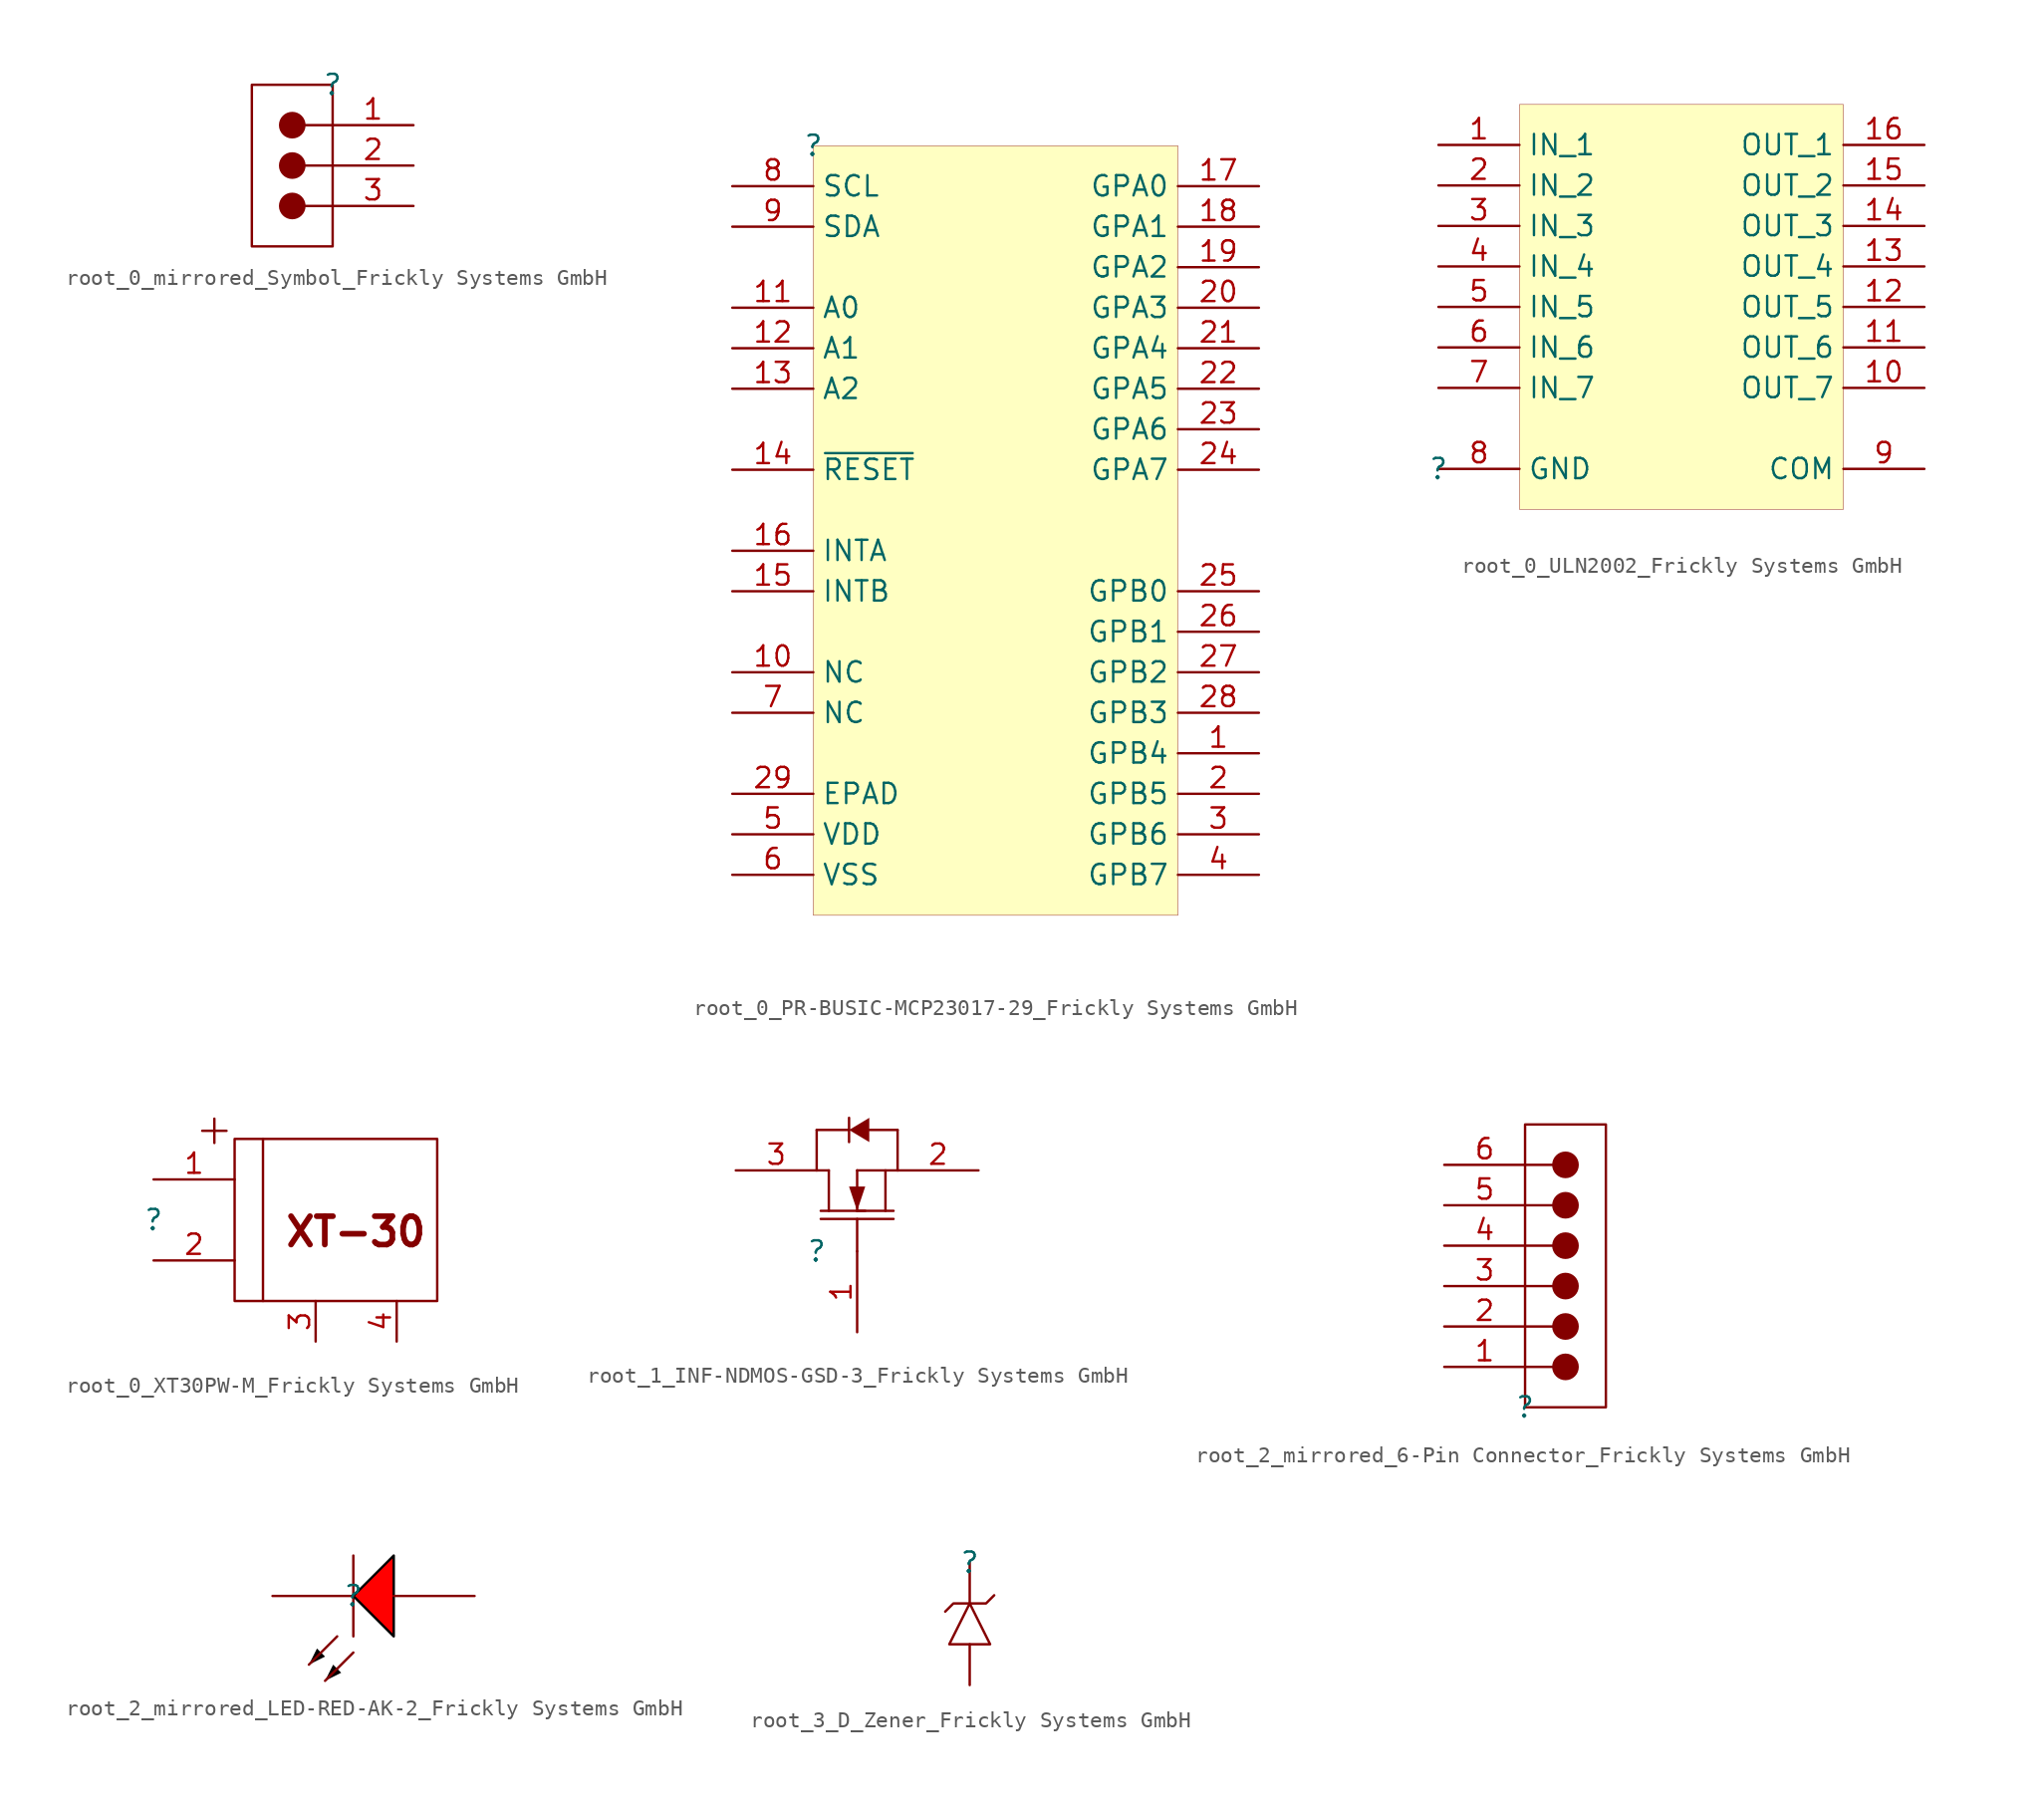
<source format=kicad_sym>
(kicad_symbol_lib
  (version 20241209)
  (generator "kicad_symbol_editor")
  (generator_version "9.0")
  (symbol "root_0_mirrored_Symbol_Frickly Systems GmbH"
    (pin_names
      (hide yes))
    (property "Reference" ""
      (at 0 0 0)
      (effects (font (size 1.27 1.27))))
    (property "Value" ""
      (at 0 0 0)
      (effects (font (size 1.27 1.27))))
    (symbol "root_0_mirrored_Symbol_Frickly Systems GmbH_1_0"
      (polyline (pts (xy -5.08 0) (xy 0 0) (xy 0 -10.16) (xy -5.08 -10.16) (xy -5.08 0)) (stroke (width 0) (type solid)) (fill (type none)))
      (circle (center -2.54 -2.54) (radius 0.762) (stroke (width 0) (type solid)) (fill (type outline)))
      (circle (center -2.54 -5.08) (radius 0.762) (stroke (width 0) (type solid)) (fill (type outline)))
      (circle (center -2.54 -7.62) (radius 0.762) (stroke (width 0) (type solid)) (fill (type outline)))
      (polyline (pts (xy 0 -2.54) (xy -1.778 -2.54)) (stroke (width 0) (type solid)) (fill (type none)))
      (polyline (pts (xy 0 -5.08) (xy -1.778 -5.08)) (stroke (width 0) (type solid)) (fill (type none)))
      (polyline (pts (xy 0 -7.62) (xy -1.778 -7.62)) (stroke (width 0) (type solid)) (fill (type none)))
      (pin passive line (at 5.08 -2.54 180) (length 5.08) (name "1" (effects (font (size 1.27 1.27)))) (number "1" (effects (font (size 1.27 1.27)))))
      (pin passive line (at 5.08 -5.08 180) (length 5.08) (name "2" (effects (font (size 1.27 1.27)))) (number "2" (effects (font (size 1.27 1.27)))))
      (pin passive line (at 5.08 -7.62 180) (length 5.08) (name "3" (effects (font (size 1.27 1.27)))) (number "3" (effects (font (size 1.27 1.27)))))))
  (symbol "root_0_PR-BUSIC-MCP23017-29_Frickly Systems GmbH"
    (property "Reference" ""
      (at 0 0 0)
      (effects (font (size 1.27 1.27))))
    (property "Value" ""
      (at 0 0 0)
      (effects (font (size 1.27 1.27))))
    (symbol "root_0_PR-BUSIC-MCP23017-29_Frickly Systems GmbH_1_0"
      (rectangle (start 22.86 0) (end 0 -48.26) (stroke (width 0.025) (type solid) (color 128 0 0 1)) (fill (type background)))
      (pin input line (at -5.08 -2.54 0) (length 5.08) (name "SCL" (effects (font (size 1.27 1.27)))) (number "8" (effects (font (size 1.27 1.27)))))
      (pin bidirectional line (at -5.08 -5.08 0) (length 5.08) (name "SDA" (effects (font (size 1.27 1.27)))) (number "9" (effects (font (size 1.27 1.27)))))
      (pin input line (at -5.08 -10.16 0) (length 5.08) (name "A0" (effects (font (size 1.27 1.27)))) (number "11" (effects (font (size 1.27 1.27)))))
      (pin input line (at -5.08 -12.7 0) (length 5.08) (name "A1" (effects (font (size 1.27 1.27)))) (number "12" (effects (font (size 1.27 1.27)))))
      (pin input line (at -5.08 -15.24 0) (length 5.08) (name "A2" (effects (font (size 1.27 1.27)))) (number "13" (effects (font (size 1.27 1.27)))))
      (pin input line (at -5.08 -20.32 0) (length 5.08) (name "~{RESET}" (effects (font (size 1.27 1.27)))) (number "14" (effects (font (size 1.27 1.27)))))
      (pin open_collector line (at -5.08 -25.4 0) (length 5.08) (name "INTA" (effects (font (size 1.27 1.27)))) (number "16" (effects (font (size 1.27 1.27)))))
      (pin open_collector line (at -5.08 -27.94 0) (length 5.08) (name "INTB" (effects (font (size 1.27 1.27)))) (number "15" (effects (font (size 1.27 1.27)))))
      (pin passive line (at -5.08 -33.02 0) (length 5.08) (name "NC" (effects (font (size 1.27 1.27)))) (number "10" (effects (font (size 1.27 1.27)))))
      (pin passive line (at -5.08 -35.56 0) (length 5.08) (name "NC" (effects (font (size 1.27 1.27)))) (number "7" (effects (font (size 1.27 1.27)))))
      (pin passive line (at -5.08 -40.64 0) (length 5.08) (name "EPAD" (effects (font (size 1.27 1.27)))) (number "29" (effects (font (size 1.27 1.27)))))
      (pin power_in line (at -5.08 -43.18 0) (length 5.08) (name "VDD" (effects (font (size 1.27 1.27)))) (number "5" (effects (font (size 1.27 1.27)))))
      (pin power_in line (at -5.08 -45.72 0) (length 5.08) (name "VSS" (effects (font (size 1.27 1.27)))) (number "6" (effects (font (size 1.27 1.27)))))
      (pin bidirectional line (at 27.94 -2.54 180) (length 5.08) (name "GPA0" (effects (font (size 1.27 1.27)))) (number "17" (effects (font (size 1.27 1.27)))))
      (pin bidirectional line (at 27.94 -5.08 180) (length 5.08) (name "GPA1" (effects (font (size 1.27 1.27)))) (number "18" (effects (font (size 1.27 1.27)))))
      (pin bidirectional line (at 27.94 -7.62 180) (length 5.08) (name "GPA2" (effects (font (size 1.27 1.27)))) (number "19" (effects (font (size 1.27 1.27)))))
      (pin bidirectional line (at 27.94 -10.16 180) (length 5.08) (name "GPA3" (effects (font (size 1.27 1.27)))) (number "20" (effects (font (size 1.27 1.27)))))
      (pin bidirectional line (at 27.94 -12.7 180) (length 5.08) (name "GPA4" (effects (font (size 1.27 1.27)))) (number "21" (effects (font (size 1.27 1.27)))))
      (pin bidirectional line (at 27.94 -15.24 180) (length 5.08) (name "GPA5" (effects (font (size 1.27 1.27)))) (number "22" (effects (font (size 1.27 1.27)))))
      (pin bidirectional line (at 27.94 -17.78 180) (length 5.08) (name "GPA6" (effects (font (size 1.27 1.27)))) (number "23" (effects (font (size 1.27 1.27)))))
      (pin output line (at 27.94 -20.32 180) (length 5.08) (name "GPA7" (effects (font (size 1.27 1.27)))) (number "24" (effects (font (size 1.27 1.27)))))
      (pin bidirectional line (at 27.94 -27.94 180) (length 5.08) (name "GPB0" (effects (font (size 1.27 1.27)))) (number "25" (effects (font (size 1.27 1.27)))))
      (pin bidirectional line (at 27.94 -30.48 180) (length 5.08) (name "GPB1" (effects (font (size 1.27 1.27)))) (number "26" (effects (font (size 1.27 1.27)))))
      (pin bidirectional line (at 27.94 -33.02 180) (length 5.08) (name "GPB2" (effects (font (size 1.27 1.27)))) (number "27" (effects (font (size 1.27 1.27)))))
      (pin bidirectional line (at 27.94 -35.56 180) (length 5.08) (name "GPB3" (effects (font (size 1.27 1.27)))) (number "28" (effects (font (size 1.27 1.27)))))
      (pin bidirectional line (at 27.94 -38.1 180) (length 5.08) (name "GPB4" (effects (font (size 1.27 1.27)))) (number "1" (effects (font (size 1.27 1.27)))))
      (pin bidirectional line (at 27.94 -40.64 180) (length 5.08) (name "GPB5" (effects (font (size 1.27 1.27)))) (number "2" (effects (font (size 1.27 1.27)))))
      (pin bidirectional line (at 27.94 -43.18 180) (length 5.08) (name "GPB6" (effects (font (size 1.27 1.27)))) (number "3" (effects (font (size 1.27 1.27)))))
      (pin output line (at 27.94 -45.72 180) (length 5.08) (name "GPB7" (effects (font (size 1.27 1.27)))) (number "4" (effects (font (size 1.27 1.27)))))))
  (symbol "root_0_ULN2002_Frickly Systems GmbH"
    (property "Reference" ""
      (at 0 0 0)
      (effects (font (size 1.27 1.27))))
    (property "Value" ""
      (at 0 0 0)
      (effects (font (size 1.27 1.27))))
    (symbol "root_0_ULN2002_Frickly Systems GmbH_1_0"
      (rectangle (start 25.4 22.86) (end 5.08 -2.54) (stroke (width 0.025) (type solid) (color 128 0 0 1)) (fill (type background)))
      (pin input line (at 0 20.32 0) (length 5.08) (name "IN_1" (effects (font (size 1.27 1.27)))) (number "1" (effects (font (size 1.27 1.27)))))
      (pin input line (at 0 17.78 0) (length 5.08) (name "IN_2" (effects (font (size 1.27 1.27)))) (number "2" (effects (font (size 1.27 1.27)))))
      (pin input line (at 0 15.24 0) (length 5.08) (name "IN_3" (effects (font (size 1.27 1.27)))) (number "3" (effects (font (size 1.27 1.27)))))
      (pin input line (at 0 12.7 0) (length 5.08) (name "IN_4" (effects (font (size 1.27 1.27)))) (number "4" (effects (font (size 1.27 1.27)))))
      (pin input line (at 0 10.16 0) (length 5.08) (name "IN_5" (effects (font (size 1.27 1.27)))) (number "5" (effects (font (size 1.27 1.27)))))
      (pin input line (at 0 7.62 0) (length 5.08) (name "IN_6" (effects (font (size 1.27 1.27)))) (number "6" (effects (font (size 1.27 1.27)))))
      (pin input line (at 0 5.08 0) (length 5.08) (name "IN_7" (effects (font (size 1.27 1.27)))) (number "7" (effects (font (size 1.27 1.27)))))
      (pin power_in line (at 0 0 0) (length 5.08) (name "GND" (effects (font (size 1.27 1.27)))) (number "8" (effects (font (size 1.27 1.27)))))
      (pin open_collector line (at 30.48 20.32 180) (length 5.08) (name "OUT_1" (effects (font (size 1.27 1.27)))) (number "16" (effects (font (size 1.27 1.27)))))
      (pin open_collector line (at 30.48 17.78 180) (length 5.08) (name "OUT_2" (effects (font (size 1.27 1.27)))) (number "15" (effects (font (size 1.27 1.27)))))
      (pin open_collector line (at 30.48 15.24 180) (length 5.08) (name "OUT_3" (effects (font (size 1.27 1.27)))) (number "14" (effects (font (size 1.27 1.27)))))
      (pin open_collector line (at 30.48 12.7 180) (length 5.08) (name "OUT_4" (effects (font (size 1.27 1.27)))) (number "13" (effects (font (size 1.27 1.27)))))
      (pin open_collector line (at 30.48 10.16 180) (length 5.08) (name "OUT_5" (effects (font (size 1.27 1.27)))) (number "12" (effects (font (size 1.27 1.27)))))
      (pin open_collector line (at 30.48 7.62 180) (length 5.08) (name "OUT_6" (effects (font (size 1.27 1.27)))) (number "11" (effects (font (size 1.27 1.27)))))
      (pin open_collector line (at 30.48 5.08 180) (length 5.08) (name "OUT_7" (effects (font (size 1.27 1.27)))) (number "10" (effects (font (size 1.27 1.27)))))
      (pin power_in line (at 30.48 0 180) (length 5.08) (name "COM" (effects (font (size 1.27 1.27)))) (number "9" (effects (font (size 1.27 1.27)))))))
  (symbol "root_0_XT30PW-M_Frickly Systems GmbH"
    (pin_names
      (hide yes))
    (property "Reference" ""
      (at 0 0 0)
      (effects (font (size 1.27 1.27))))
    (property "Value" ""
      (at 0 0 0)
      (effects (font (size 1.27 1.27))))
    (symbol "root_0_XT30PW-M_Frickly Systems GmbH_1_0"
      (polyline (pts (xy 3.048 5.588) (xy 4.572 5.588)) (stroke (width 0) (type solid)) (fill (type none)))
      (polyline (pts (xy 3.81 6.35) (xy 3.81 4.826)) (stroke (width 0) (type solid)) (fill (type none)))
      (polyline (pts (xy 5.08 5.08) (xy 5.08 -5.08) (xy 17.78 -5.08) (xy 17.78 5.08) (xy 5.08 5.08)) (stroke (width 0) (type solid)) (fill (type none)))
      (polyline (pts (xy 6.858 5.08) (xy 6.858 -5.08)) (stroke (width 0) (type solid)) (fill (type none)))
      (text "XT-30" (at 8.128 -1.778 0) (effects (font (size 1.778 1.778) (thickness 0.356) (bold yes)) (justify left bottom)))
      (pin passive line (at 0 2.54 0) (length 5.08) (name "+" (effects (font (size 1.27 1.27)))) (number "1" (effects (font (size 1.27 1.27)))))
      (pin passive line (at 0 -2.54 0) (length 5.08) (name "-" (effects (font (size 1.27 1.27)))) (number "2" (effects (font (size 1.27 1.27)))))
      (pin passive line (at 10.16 -7.62 90) (length 2.54) (name "3" (effects (font (size 1.27 1.27)))) (number "3" (effects (font (size 1.27 1.27)))))
      (pin passive line (at 15.24 -7.62 90) (length 2.54) (name "4" (effects (font (size 1.27 1.27)))) (number "4" (effects (font (size 1.27 1.27)))))))
  (symbol "root_1_INF-NDMOS-GSD-3_Frickly Systems GmbH"
    (pin_names
      (hide yes))
    (property "Reference" ""
      (at 0 0 0)
      (effects (font (size 1.27 1.27))))
    (property "Value" ""
      (at 0 0 0)
      (effects (font (size 1.27 1.27))))
    (symbol "root_1_INF-NDMOS-GSD-3_Frickly Systems GmbH_1_0"
      (polyline (pts (xy 0 7.62) (xy 2.032 7.62)) (stroke (width 0) (type solid)) (fill (type none)))
      (polyline (pts (xy 0 5.08) (xy 0 7.62)) (stroke (width 0) (type solid)) (fill (type none)))
      (polyline (pts (xy 0.254 2.54) (xy 2.54 2.54)) (stroke (width 0) (type solid)) (fill (type none)))
      (polyline (pts (xy 0.254 2.032) (xy 4.826 2.032)) (stroke (width 0) (type solid)) (fill (type none)))
      (polyline (pts (xy 0.762 5.08) (xy 0 5.08)) (stroke (width 0) (type solid)) (fill (type none)))
      (polyline (pts (xy 0.762 5.08) (xy 0.762 2.54)) (stroke (width 0) (type solid)) (fill (type none)))
      (polyline (pts (xy 2.032 7.62) (xy 3.302 6.858) (xy 3.302 8.382) (xy 2.032 7.62)) (stroke (width -0.0001) (type solid)) (fill (type outline)))
      (polyline (pts (xy 2.032 6.858) (xy 2.032 8.382)) (stroke (width 0) (type solid)) (fill (type none)))
      (polyline (pts (xy 2.54 5.08) (xy 2.54 2.54)) (stroke (width 0) (type solid)) (fill (type none)))
      (polyline (pts (xy 2.54 5.08) (xy 5.08 5.08)) (stroke (width 0) (type solid)) (fill (type none)))
      (polyline (pts (xy 2.54 2.54) (xy 3.048 4.064) (xy 2.032 4.064) (xy 2.54 2.54)) (stroke (width -0.0001) (type solid)) (fill (type outline)))
      (polyline (pts (xy 2.54 0) (xy 2.54 2.032)) (stroke (width 0) (type solid)) (fill (type none)))
      (polyline (pts (xy 3.048 2.54) (xy 2.54 2.54)) (stroke (width 0) (type solid)) (fill (type none)))
      (polyline (pts (xy 4.318 5.08) (xy 4.318 2.54)) (stroke (width 0) (type solid)) (fill (type none)))
      (polyline (pts (xy 4.826 2.54) (xy 2.54 2.54)) (stroke (width 0) (type solid)) (fill (type none)))
      (polyline (pts (xy 5.08 7.62) (xy 3.302 7.62)) (stroke (width 0) (type solid)) (fill (type none)))
      (polyline (pts (xy 5.08 5.08) (xy 5.08 7.62)) (stroke (width 0) (type solid)) (fill (type none)))
      (pin passive line (at -5.08 5.08 0) (length 5.08) (name "DRAIN" (effects (font (size 1.27 1.27)))) (number "3" (effects (font (size 1.27 1.27)))))
      (pin passive line (at 2.54 -5.08 90) (length 5.08) (name "GATE" (effects (font (size 1.27 1.27)))) (number "1" (effects (font (size 1.27 1.27)))))
      (pin passive line (at 10.16 5.08 180) (length 5.08) (name "SOURCE" (effects (font (size 1.27 1.27)))) (number "2" (effects (font (size 1.27 1.27)))))))
  (symbol "root_2_mirrored_6-Pin Connector_Frickly Systems GmbH"
    (pin_names
      (hide yes))
    (property "Reference" ""
      (at 0 0 0)
      (effects (font (size 1.27 1.27))))
    (property "Value" ""
      (at 0 0 0)
      (effects (font (size 1.27 1.27))))
    (symbol "root_2_mirrored_6-Pin Connector_Frickly Systems GmbH_1_0"
      (polyline (pts (xy 0 15.24) (xy 1.778 15.24)) (stroke (width 0) (type solid)) (fill (type none)))
      (polyline (pts (xy 0 12.7) (xy 1.778 12.7)) (stroke (width 0) (type solid)) (fill (type none)))
      (polyline (pts (xy 0 10.16) (xy 1.778 10.16)) (stroke (width 0) (type solid)) (fill (type none)))
      (polyline (pts (xy 0 7.62) (xy 1.778 7.62)) (stroke (width 0) (type solid)) (fill (type none)))
      (polyline (pts (xy 0 5.08) (xy 1.778 5.08)) (stroke (width 0) (type solid)) (fill (type none)))
      (polyline (pts (xy 0 2.54) (xy 1.778 2.54)) (stroke (width 0) (type solid)) (fill (type none)))
      (circle (center 2.54 15.24) (radius 0.762) (stroke (width 0) (type solid)) (fill (type outline)))
      (circle (center 2.54 12.7) (radius 0.762) (stroke (width 0) (type solid)) (fill (type outline)))
      (circle (center 2.54 10.16) (radius 0.762) (stroke (width 0) (type solid)) (fill (type outline)))
      (circle (center 2.54 7.62) (radius 0.762) (stroke (width 0) (type solid)) (fill (type outline)))
      (circle (center 2.54 5.08) (radius 0.762) (stroke (width 0) (type solid)) (fill (type outline)))
      (circle (center 2.54 2.54) (radius 0.762) (stroke (width 0) (type solid)) (fill (type outline)))
      (polyline (pts (xy 5.08 0) (xy 0 0) (xy 0 17.78) (xy 5.08 17.78) (xy 5.08 0)) (stroke (width 0) (type solid)) (fill (type none)))
      (pin passive line (at -5.08 15.24 0) (length 5.08) (name "6" (effects (font (size 1.27 1.27)))) (number "6" (effects (font (size 1.27 1.27)))))
      (pin passive line (at -5.08 12.7 0) (length 5.08) (name "5" (effects (font (size 1.27 1.27)))) (number "5" (effects (font (size 1.27 1.27)))))
      (pin passive line (at -5.08 10.16 0) (length 5.08) (name "4" (effects (font (size 1.27 1.27)))) (number "4" (effects (font (size 1.27 1.27)))))
      (pin passive line (at -5.08 7.62 0) (length 5.08) (name "3" (effects (font (size 1.27 1.27)))) (number "3" (effects (font (size 1.27 1.27)))))
      (pin passive line (at -5.08 5.08 0) (length 5.08) (name "2" (effects (font (size 1.27 1.27)))) (number "2" (effects (font (size 1.27 1.27)))))
      (pin passive line (at -5.08 2.54 0) (length 5.08) (name "1" (effects (font (size 1.27 1.27)))) (number "1" (effects (font (size 1.27 1.27)))))))
  (symbol "root_2_mirrored_LED-RED-AK-2_Frickly Systems GmbH"
    (pin_numbers
      (hide yes))
    (pin_names
      (hide yes))
    (property "Reference" ""
      (at 0 0 0)
      (effects (font (size 1.27 1.27))))
    (property "Value" ""
      (at 0 0 0)
      (effects (font (size 1.27 1.27))))
    (symbol "root_2_mirrored_LED-RED-AK-2_Frickly Systems GmbH_1_0"
      (polyline (pts (xy -2.794 -4.318) (xy -2.286 -3.302) (xy -1.778 -3.81) (xy -2.794 -4.318)) (stroke (width -0.0001) (type solid) (color 0 0 0 1)) (fill (type outline)))
      (polyline (pts (xy -1.778 -5.334) (xy -1.27 -4.318) (xy -0.762 -4.826) (xy -1.778 -5.334)) (stroke (width -0.0001) (type solid) (color 0 0 0 1)) (fill (type outline)))
      (polyline (pts (xy -1.016 -2.54) (xy -2.794 -4.318)) (stroke (width 0) (type solid)) (fill (type none)))
      (polyline (pts (xy 0 2.54) (xy 0 -2.54)) (stroke (width 0) (type solid)) (fill (type none)))
      (polyline (pts (xy 0 -3.556) (xy -1.778 -5.334)) (stroke (width 0) (type solid)) (fill (type none)))
      (polyline (pts (xy 2.54 -2.54) (xy 0 0) (xy 2.54 2.54) (xy 2.54 -2.54)) (stroke (width 0) (type solid) (color 0 0 0 1)) (fill (type color) (color 255 0 0 1)))
      (pin passive line (at -5.08 0 0) (length 5.08) (name "K" (effects (font (size 1.27 1.27)))) (number "1" (effects (font (size 1.27 1.27)))))
      (pin passive line (at 7.62 0 180) (length 5.08) (name "A" (effects (font (size 1.27 1.27)))) (number "2" (effects (font (size 1.27 1.27)))))))
  (symbol "root_3_D_Zener_Frickly Systems GmbH"
    (pin_numbers
      (hide yes))
    (pin_names
      (hide yes))
    (property "Reference" ""
      (at 0 0 0)
      (effects (font (size 1.27 1.27))))
    (property "Value" ""
      (at 0 0 0)
      (effects (font (size 1.27 1.27))))
    (symbol "root_3_D_Zener_Frickly Systems GmbH_1_0"
      (polyline (pts (xy 0 -2.54) (xy -1.27 -5.08) (xy 1.27 -5.08) (xy 0 -2.54)) (stroke (width 0) (type solid)) (fill (type none)))
      (polyline (pts (xy 1.524 -2.032) (xy 1.016 -2.54) (xy -1.016 -2.54) (xy -1.524 -3.048)) (stroke (width 0) (type solid)) (fill (type none)))
      (pin passive line (at 0 0 270) (length 2.54) (name "K" (effects (font (size 1.27 1.27)))) (number "1" (effects (font (size 1.27 1.27)))))
      (pin passive line (at 0 -7.62 90) (length 2.54) (name "A" (effects (font (size 1.27 1.27)))) (number "2" (effects (font (size 1.27 1.27))))))))
</source>
